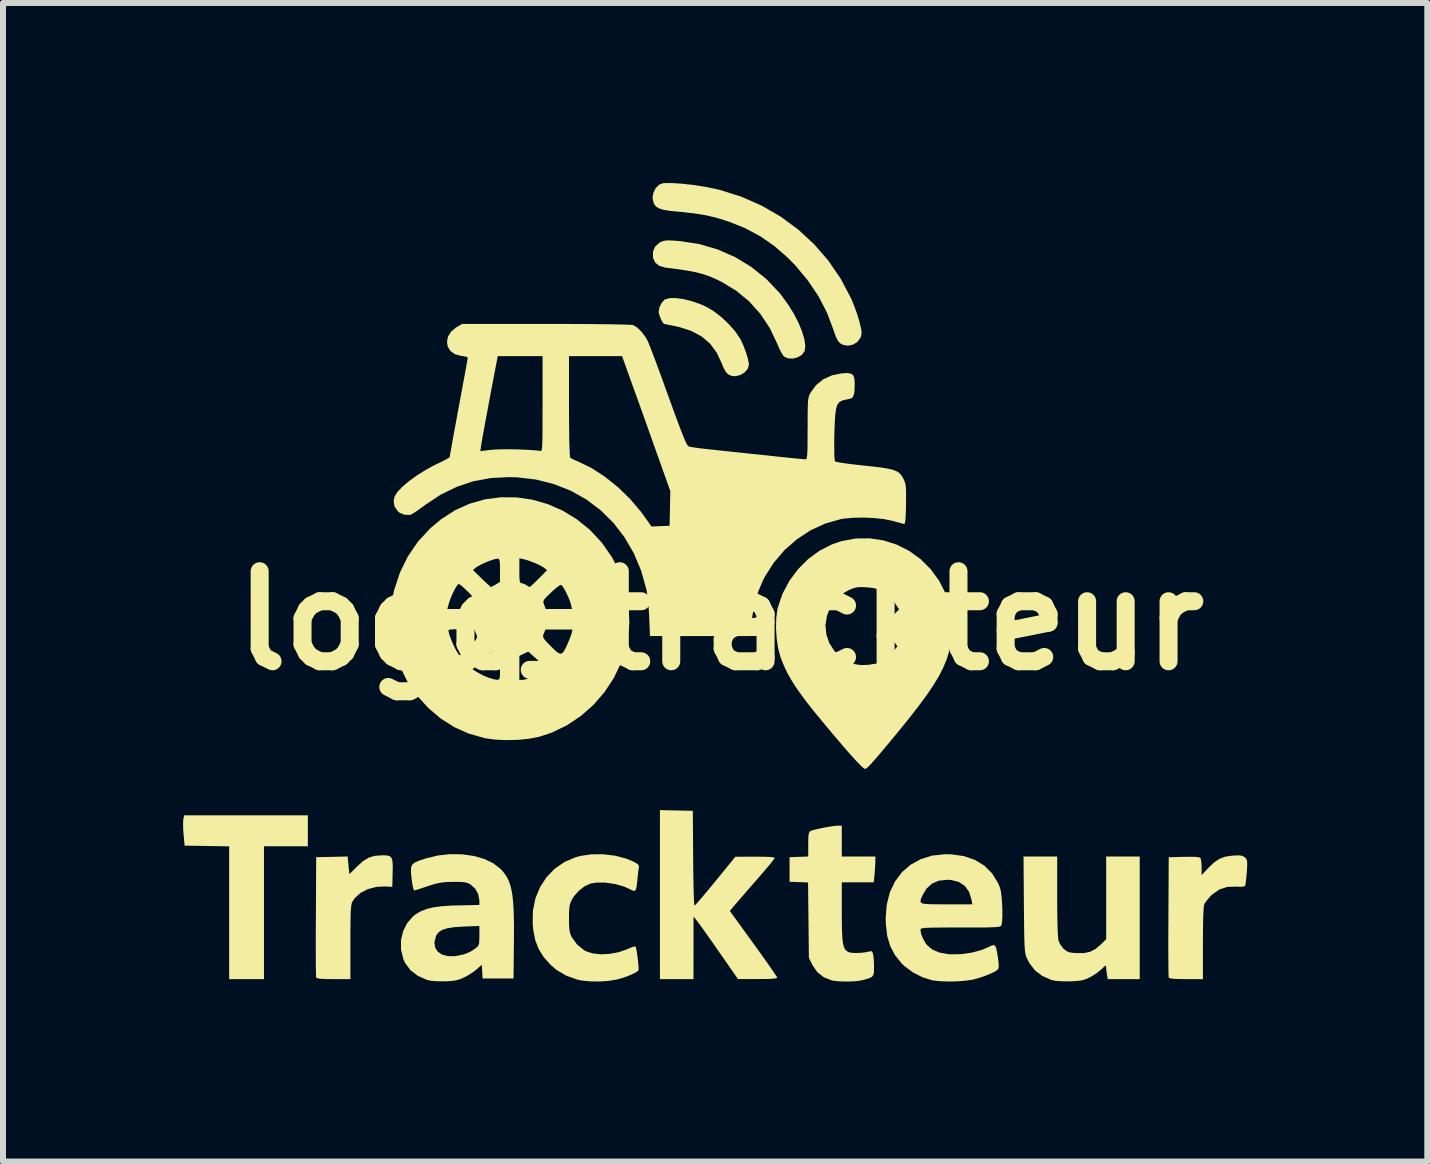
<source format=kicad_pcb>
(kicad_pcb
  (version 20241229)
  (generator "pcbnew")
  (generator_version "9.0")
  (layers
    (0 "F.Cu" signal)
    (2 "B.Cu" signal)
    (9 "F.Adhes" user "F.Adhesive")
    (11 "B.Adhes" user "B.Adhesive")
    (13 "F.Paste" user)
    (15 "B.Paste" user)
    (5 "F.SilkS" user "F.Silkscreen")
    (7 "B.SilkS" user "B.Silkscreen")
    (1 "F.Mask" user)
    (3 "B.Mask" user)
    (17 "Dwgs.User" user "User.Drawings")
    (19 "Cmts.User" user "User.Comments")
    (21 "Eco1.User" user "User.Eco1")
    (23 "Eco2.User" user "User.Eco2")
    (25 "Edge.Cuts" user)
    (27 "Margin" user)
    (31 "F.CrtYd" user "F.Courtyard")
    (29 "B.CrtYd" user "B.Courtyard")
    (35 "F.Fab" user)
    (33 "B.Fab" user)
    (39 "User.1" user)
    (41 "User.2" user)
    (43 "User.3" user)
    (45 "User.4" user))
  (footprint "logo_trackteur"
    (layer "F.Cu")
    (at 8.955 7.289)
    (property "Reference" "logo_trackteur" (at 0 0 0) (layer "F.SilkS") (effects (font (size 1.5 1.5) (thickness 0.3))))
    (attr board_only exclude_from_pos_files exclude_from_bom)
    (fp_poly (pts (xy -6.876 3.503) (xy -6.876 3.761) (xy -7.242 3.761) (xy -7.607 3.761) (xy -7.607 4.867) (xy -7.607 5.974) (xy -7.897 5.974) (xy -8.187 5.974) (xy -8.187 4.868) (xy -8.187 3.762) (xy -8.558 3.756) (xy -8.929 3.75) (xy -8.946 3.568) (xy -8.953 3.474) (xy -8.955 3.388) (xy -8.952 3.326) (xy -8.951 3.316) (xy -8.937 3.245) (xy -7.907 3.245) (xy -6.876 3.245)) (stroke (width 0) (type solid)) (fill yes) (layer "F.SilkS"))
    (fp_poly (pts (xy -0.615 -5.355) (xy -0.475 -5.32) (xy -0.33 -5.269) (xy -0.236 -5.227) (xy -0.111 -5.152) (xy 0.019 -5.052) (xy 0.142 -4.934) (xy 0.249 -4.811) (xy 0.329 -4.692) (xy 0.339 -4.674) (xy 0.386 -4.569) (xy 0.427 -4.459) (xy 0.457 -4.358) (xy 0.472 -4.279) (xy 0.473 -4.262) (xy 0.453 -4.194) (xy 0.402 -4.135) (xy 0.33 -4.091) (xy 0.248 -4.071) (xy 0.183 -4.076) (xy 0.128 -4.101) (xy 0.084 -4.148) (xy 0.044 -4.225) (xy 0.021 -4.283) (xy -0.064 -4.464) (xy -0.175 -4.614) (xy -0.316 -4.734) (xy -0.488 -4.826) (xy -0.693 -4.891) (xy -0.74 -4.902) (xy -0.826 -4.919) (xy -0.893 -4.933) (xy -0.934 -4.941) (xy -0.94 -4.942) (xy -0.96 -4.961) (xy -0.986 -5.006) (xy -1.01 -5.063) (xy -1.027 -5.116) (xy -1.031 -5.142) (xy -1.018 -5.218) (xy -0.983 -5.291) (xy -0.936 -5.343) (xy -0.925 -5.35) (xy -0.848 -5.372) (xy -0.742 -5.373)) (stroke (width 0) (type solid)) (fill yes) (layer "F.SilkS"))
    (fp_poly (pts (xy -5.564 3.913) (xy -5.514 3.925) (xy -5.483 3.953) (xy -5.467 4.003) (xy -5.461 4.083) (xy -5.463 4.199) (xy -5.463 4.201) (xy -5.469 4.437) (xy -5.592 4.43) (xy -5.739 4.438) (xy -5.877 4.475) (xy -5.998 4.537) (xy -6.092 4.622) (xy -6.136 4.687) (xy -6.146 4.713) (xy -6.153 4.754) (xy -6.159 4.813) (xy -6.163 4.897) (xy -6.165 5.009) (xy -6.167 5.155) (xy -6.167 5.338) (xy -6.167 5.36) (xy -6.167 5.974) (xy -6.447 5.974) (xy -6.573 5.973) (xy -6.66 5.968) (xy -6.713 5.961) (xy -6.736 5.95) (xy -6.738 5.947) (xy -6.74 5.921) (xy -6.741 5.856) (xy -6.743 5.757) (xy -6.743 5.628) (xy -6.744 5.473) (xy -6.744 5.298) (xy -6.743 5.106) (xy -6.742 4.932) (xy -6.737 3.943) (xy -6.475 3.937) (xy -6.213 3.931) (xy -6.199 4.078) (xy -6.184 4.225) (xy -6.052 4.094) (xy -5.953 4.005) (xy -5.86 3.949) (xy -5.76 3.92) (xy -5.641 3.911) (xy -5.637 3.911)) (stroke (width 0) (type solid)) (fill yes) (layer "F.SilkS"))
    (fp_poly (pts (xy -0.794 -6.331) (xy -0.69 -6.323) (xy -0.669 -6.321) (xy -0.351 -6.272) (xy -0.046 -6.182) (xy 0.243 -6.055) (xy 0.512 -5.892) (xy 0.758 -5.695) (xy 0.977 -5.465) (xy 1.013 -5.42) (xy 1.122 -5.271) (xy 1.218 -5.117) (xy 1.297 -4.965) (xy 1.357 -4.82) (xy 1.396 -4.689) (xy 1.412 -4.577) (xy 1.401 -4.491) (xy 1.399 -4.487) (xy 1.356 -4.427) (xy 1.285 -4.385) (xy 1.202 -4.364) (xy 1.121 -4.369) (xy 1.057 -4.4) (xy 1.029 -4.437) (xy 0.993 -4.502) (xy 0.956 -4.584) (xy 0.946 -4.609) (xy 0.821 -4.872) (xy 0.663 -5.11) (xy 0.474 -5.32) (xy 0.256 -5.499) (xy 0.012 -5.646) (xy 0.011 -5.646) (xy -0.099 -5.699) (xy -0.201 -5.741) (xy -0.306 -5.776) (xy -0.42 -5.805) (xy -0.553 -5.83) (xy -0.711 -5.854) (xy -0.903 -5.878) (xy -0.917 -5.88) (xy -1.017 -5.908) (xy -1.088 -5.963) (xy -1.125 -6.043) (xy -1.126 -6.048) (xy -1.126 -6.147) (xy -1.088 -6.233) (xy -1.016 -6.297) (xy -0.999 -6.306) (xy -0.96 -6.322) (xy -0.919 -6.331) (xy -0.867 -6.334)) (stroke (width 0) (type solid)) (fill yes) (layer "F.SilkS"))
    (fp_poly (pts (xy -0.642 -7.278) (xy -0.459 -7.258) (xy -0.271 -7.229) (xy -0.093 -7.194) (xy -0.012 -7.175) (xy 0.346 -7.062) (xy 0.685 -6.913) (xy 1.002 -6.73) (xy 1.295 -6.514) (xy 1.561 -6.268) (xy 1.798 -5.994) (xy 2.003 -5.694) (xy 2.173 -5.371) (xy 2.19 -5.333) (xy 2.234 -5.223) (xy 2.278 -5.1) (xy 2.312 -4.987) (xy 2.317 -4.967) (xy 2.339 -4.877) (xy 2.349 -4.815) (xy 2.349 -4.771) (xy 2.339 -4.733) (xy 2.333 -4.716) (xy 2.282 -4.644) (xy 2.208 -4.597) (xy 2.122 -4.579) (xy 2.037 -4.595) (xy 1.991 -4.621) (xy 1.954 -4.663) (xy 1.919 -4.733) (xy 1.883 -4.837) (xy 1.878 -4.852) (xy 1.773 -5.131) (xy 1.63 -5.406) (xy 1.451 -5.671) (xy 1.241 -5.922) (xy 1.121 -6.044) (xy 0.894 -6.242) (xy 0.658 -6.405) (xy 0.404 -6.54) (xy 0.133 -6.648) (xy -0.047 -6.705) (xy -0.226 -6.749) (xy -0.418 -6.781) (xy -0.635 -6.806) (xy -0.705 -6.812) (xy -0.845 -6.826) (xy -0.949 -6.843) (xy -1.023 -6.866) (xy -1.073 -6.897) (xy -1.106 -6.938) (xy -1.117 -6.961) (xy -1.133 -7.045) (xy -1.118 -7.13) (xy -1.08 -7.206) (xy -1.022 -7.263) (xy -0.951 -7.288) (xy -0.948 -7.288) (xy -0.809 -7.289)) (stroke (width 0) (type solid)) (fill yes) (layer "F.SilkS"))
    (fp_poly (pts (xy 8.681 3.917) (xy 8.718 3.932) (xy 8.737 3.946) (xy 8.758 3.968) (xy 8.77 3.994) (xy 8.775 4.034) (xy 8.774 4.098) (xy 8.768 4.192) (xy 8.76 4.284) (xy 8.751 4.36) (xy 8.743 4.409) (xy 8.739 4.421) (xy 8.709 4.433) (xy 8.644 4.436) (xy 8.599 4.433) (xy 8.445 4.437) (xy 8.311 4.48) (xy 8.194 4.562) (xy 8.172 4.583) (xy 8.12 4.641) (xy 8.078 4.695) (xy 8.061 4.721) (xy 8.052 4.761) (xy 8.046 4.843) (xy 8.041 4.969) (xy 8.038 5.137) (xy 8.037 5.349) (xy 8.037 5.371) (xy 8.037 5.974) (xy 7.757 5.974) (xy 7.631 5.973) (xy 7.544 5.968) (xy 7.491 5.961) (xy 7.468 5.95) (xy 7.467 5.947) (xy 7.465 5.921) (xy 7.463 5.856) (xy 7.462 5.757) (xy 7.461 5.628) (xy 7.46 5.473) (xy 7.46 5.298) (xy 7.461 5.106) (xy 7.462 4.932) (xy 7.467 3.943) (xy 7.724 3.937) (xy 7.842 3.936) (xy 7.924 3.938) (xy 7.973 3.945) (xy 7.996 3.957) (xy 7.997 3.959) (xy 8.007 3.994) (xy 8.013 4.057) (xy 8.015 4.114) (xy 8.015 4.241) (xy 8.128 4.121) (xy 8.223 4.03) (xy 8.31 3.971) (xy 8.403 3.935) (xy 8.516 3.918) (xy 8.542 3.916) (xy 8.627 3.912)) (stroke (width 0) (type solid)) (fill yes) (layer "F.SilkS"))
    (fp_poly (pts (xy 5.609 4.593) (xy 5.609 4.765) (xy 5.611 4.925) (xy 5.614 5.066) (xy 5.618 5.183) (xy 5.623 5.271) (xy 5.629 5.323) (xy 5.63 5.33) (xy 5.66 5.397) (xy 5.708 5.46) (xy 5.717 5.47) (xy 5.759 5.504) (xy 5.803 5.525) (xy 5.865 5.536) (xy 5.93 5.54) (xy 6.058 5.54) (xy 6.16 5.518) (xy 6.249 5.471) (xy 6.328 5.404) (xy 6.425 5.309) (xy 6.425 4.621) (xy 6.425 3.932) (xy 6.705 3.932) (xy 6.984 3.932) (xy 6.984 4.953) (xy 6.984 5.974) (xy 6.718 5.974) (xy 6.452 5.974) (xy 6.439 5.907) (xy 6.429 5.84) (xy 6.425 5.786) (xy 6.424 5.757) (xy 6.414 5.75) (xy 6.388 5.77) (xy 6.345 5.811) (xy 6.278 5.866) (xy 6.194 5.921) (xy 6.146 5.948) (xy 6.082 5.976) (xy 6.021 5.994) (xy 5.949 6.004) (xy 5.853 6.01) (xy 5.813 6.011) (xy 5.682 6.01) (xy 5.576 6.002) (xy 5.512 5.988) (xy 5.36 5.921) (xy 5.24 5.83) (xy 5.147 5.709) (xy 5.106 5.631) (xy 5.094 5.604) (xy 5.085 5.575) (xy 5.077 5.54) (xy 5.071 5.494) (xy 5.066 5.433) (xy 5.063 5.351) (xy 5.06 5.245) (xy 5.058 5.11) (xy 5.056 4.941) (xy 5.054 4.734) (xy 5.054 4.733) (xy 5.048 3.932) (xy 5.328 3.932) (xy 5.609 3.932)) (stroke (width 0) (type solid)) (fill yes) (layer "F.SilkS"))
    (fp_poly (pts (xy -0.736 3.164) (xy -0.462 3.17) (xy -0.456 3.959) (xy -0.455 4.139) (xy -0.452 4.304) (xy -0.449 4.45) (xy -0.446 4.572) (xy -0.442 4.666) (xy -0.438 4.727) (xy -0.434 4.749) (xy -0.433 4.749) (xy -0.416 4.733) (xy -0.375 4.688) (xy -0.315 4.619) (xy -0.24 4.53) (xy -0.153 4.425) (xy -0.085 4.342) (xy 0.247 3.935) (xy 0.575 3.934) (xy 0.712 3.935) (xy 0.814 3.938) (xy 0.879 3.945) (xy 0.902 3.954) (xy 0.903 3.954) (xy 0.889 3.976) (xy 0.851 4.026) (xy 0.793 4.097) (xy 0.719 4.184) (xy 0.633 4.284) (xy 0.607 4.314) (xy 0.512 4.422) (xy 0.422 4.526) (xy 0.342 4.618) (xy 0.279 4.691) (xy 0.237 4.74) (xy 0.233 4.745) (xy 0.154 4.838) (xy 0.55 5.384) (xy 0.647 5.519) (xy 0.736 5.643) (xy 0.813 5.752) (xy 0.875 5.842) (xy 0.919 5.908) (xy 0.943 5.945) (xy 0.946 5.952) (xy 0.924 5.961) (xy 0.863 5.968) (xy 0.764 5.972) (xy 0.63 5.973) (xy 0.618 5.973) (xy 0.29 5.973) (xy -0.028 5.516) (xy -0.116 5.389) (xy -0.2 5.27) (xy -0.274 5.166) (xy -0.334 5.081) (xy -0.378 5.022) (xy -0.398 4.996) (xy -0.45 4.932) (xy -0.45 5.453) (xy -0.451 5.974) (xy -0.731 5.974) (xy -1.01 5.974) (xy -1.01 4.566) (xy -1.01 3.158)) (stroke (width 0) (type solid)) (fill yes) (layer "F.SilkS"))
    (fp_poly (pts (xy 2.02 3.675) (xy 2.02 3.932) (xy 2.3 3.932) (xy 2.581 3.932) (xy 2.578 4.045) (xy 2.573 4.136) (xy 2.566 4.231) (xy 2.563 4.26) (xy 2.552 4.362) (xy 2.286 4.362) (xy 2.02 4.362) (xy 2.02 4.857) (xy 2.021 5.038) (xy 2.024 5.181) (xy 2.03 5.292) (xy 2.039 5.374) (xy 2.054 5.433) (xy 2.073 5.475) (xy 2.099 5.504) (xy 2.129 5.523) (xy 2.176 5.535) (xy 2.252 5.539) (xy 2.339 5.536) (xy 2.424 5.526) (xy 2.484 5.512) (xy 2.517 5.509) (xy 2.535 5.533) (xy 2.543 5.567) (xy 2.551 5.625) (xy 2.556 5.706) (xy 2.557 5.781) (xy 2.556 5.854) (xy 2.547 5.903) (xy 2.524 5.935) (xy 2.478 5.959) (xy 2.401 5.982) (xy 2.353 5.994) (xy 2.28 6.006) (xy 2.179 6.013) (xy 2.068 6.014) (xy 1.961 6.01) (xy 1.875 6) (xy 1.855 5.996) (xy 1.721 5.944) (xy 1.612 5.858) (xy 1.533 5.743) (xy 1.472 5.619) (xy 1.465 4.992) (xy 1.458 4.364) (xy 1.304 4.358) (xy 1.15 4.352) (xy 1.15 4.147) (xy 1.15 3.943) (xy 1.305 3.937) (xy 1.461 3.931) (xy 1.461 3.728) (xy 1.462 3.631) (xy 1.467 3.568) (xy 1.476 3.531) (xy 1.491 3.511) (xy 1.5 3.505) (xy 1.542 3.491) (xy 1.613 3.473) (xy 1.702 3.454) (xy 1.796 3.437) (xy 1.881 3.424) (xy 1.946 3.417) (xy 1.958 3.417) (xy 2.02 3.417)) (stroke (width 0) (type solid)) (fill yes) (layer "F.SilkS"))
    (fp_poly (pts (xy -1.756 3.918) (xy -1.572 3.966) (xy -1.466 4.01) (xy -1.402 4.043) (xy -1.369 4.069) (xy -1.359 4.097) (xy -1.362 4.123) (xy -1.37 4.173) (xy -1.379 4.249) (xy -1.387 4.335) (xy -1.387 4.335) (xy -1.398 4.427) (xy -1.411 4.482) (xy -1.43 4.504) (xy -1.459 4.501) (xy -1.476 4.492) (xy -1.61 4.431) (xy -1.761 4.389) (xy -1.918 4.366) (xy -2.066 4.366) (xy -2.166 4.382) (xy -2.263 4.426) (xy -2.359 4.5) (xy -2.442 4.593) (xy -2.478 4.651) (xy -2.5 4.699) (xy -2.514 4.75) (xy -2.522 4.817) (xy -2.525 4.91) (xy -2.525 4.964) (xy -2.524 5.073) (xy -2.518 5.15) (xy -2.507 5.207) (xy -2.489 5.254) (xy -2.479 5.276) (xy -2.391 5.397) (xy -2.276 5.49) (xy -2.241 5.51) (xy -2.129 5.546) (xy -1.993 5.561) (xy -1.843 5.553) (xy -1.692 5.524) (xy -1.552 5.475) (xy -1.537 5.468) (xy -1.476 5.442) (xy -1.431 5.43) (xy -1.416 5.432) (xy -1.407 5.46) (xy -1.395 5.519) (xy -1.384 5.595) (xy -1.375 5.676) (xy -1.368 5.751) (xy -1.365 5.806) (xy -1.368 5.829) (xy -1.401 5.856) (xy -1.465 5.889) (xy -1.549 5.925) (xy -1.642 5.957) (xy -1.733 5.982) (xy -1.734 5.982) (xy -1.872 6.004) (xy -2.026 6.014) (xy -2.18 6.011) (xy -2.319 5.997) (xy -2.385 5.983) (xy -2.574 5.915) (xy -2.735 5.82) (xy -2.836 5.732) (xy -2.949 5.604) (xy -3.031 5.472) (xy -3.087 5.326) (xy -3.12 5.156) (xy -3.13 5.05) (xy -3.126 4.834) (xy -3.085 4.631) (xy -3.008 4.444) (xy -2.901 4.278) (xy -2.764 4.136) (xy -2.601 4.023) (xy -2.415 3.943) (xy -2.34 3.923) (xy -2.154 3.895) (xy -1.954 3.894)) (stroke (width 0) (type solid)) (fill yes) (layer "F.SilkS"))
    (fp_poly (pts (xy 2.717 -1.335) (xy 2.937 -1.264) (xy 3.144 -1.16) (xy 3.332 -1.024) (xy 3.499 -0.858) (xy 3.64 -0.666) (xy 3.751 -0.449) (xy 3.817 -0.258) (xy 3.843 -0.115) (xy 3.853 0.063) (xy 3.853 0.107) (xy 3.848 0.25) (xy 3.833 0.386) (xy 3.807 0.518) (xy 3.766 0.65) (xy 3.71 0.785) (xy 3.637 0.929) (xy 3.543 1.083) (xy 3.429 1.251) (xy 3.29 1.438) (xy 3.127 1.647) (xy 2.936 1.882) (xy 2.858 1.976) (xy 2.739 2.118) (xy 2.645 2.231) (xy 2.571 2.317) (xy 2.515 2.38) (xy 2.474 2.424) (xy 2.444 2.451) (xy 2.423 2.466) (xy 2.407 2.471) (xy 2.403 2.471) (xy 2.378 2.455) (xy 2.331 2.411) (xy 2.264 2.342) (xy 2.183 2.254) (xy 2.092 2.151) (xy 2.058 2.111) (xy 1.866 1.886) (xy 1.701 1.688) (xy 1.559 1.516) (xy 1.439 1.364) (xy 1.339 1.229) (xy 1.254 1.109) (xy 1.184 0.999) (xy 1.125 0.896) (xy 1.075 0.795) (xy 1.032 0.695) (xy 0.996 0.599) (xy 0.959 0.461) (xy 0.935 0.298) (xy 0.924 0.125) (xy 0.925 0.081) (xy 1.748 0.081) (xy 1.763 0.233) (xy 1.813 0.377) (xy 1.896 0.506) (xy 2.007 0.613) (xy 2.144 0.693) (xy 2.251 0.73) (xy 2.349 0.742) (xy 2.468 0.737) (xy 2.592 0.717) (xy 2.63 0.708) (xy 2.704 0.672) (xy 2.792 0.604) (xy 2.836 0.562) (xy 2.946 0.43) (xy 3.018 0.286) (xy 3.05 0.137) (xy 3.051 0.097) (xy 3.031 -0.044) (xy 2.975 -0.185) (xy 2.888 -0.316) (xy 2.776 -0.428) (xy 2.69 -0.489) (xy 2.621 -0.522) (xy 2.545 -0.542) (xy 2.444 -0.553) (xy 2.428 -0.554) (xy 2.335 -0.558) (xy 2.267 -0.553) (xy 2.206 -0.536) (xy 2.135 -0.506) (xy 2.003 -0.432) (xy 1.902 -0.34) (xy 1.828 -0.224) (xy 1.772 -0.075) (xy 1.772 -0.075) (xy 1.748 0.081) (xy 0.925 0.081) (xy 0.928 -0.043) (xy 0.948 -0.189) (xy 0.954 -0.216) (xy 1.032 -0.446) (xy 1.146 -0.66) (xy 1.29 -0.855) (xy 1.46 -1.025) (xy 1.653 -1.166) (xy 1.862 -1.272) (xy 2.01 -1.322) (xy 2.249 -1.367) (xy 2.486 -1.37)) (stroke (width 0) (type solid)) (fill yes) (layer "F.SilkS"))
    (fp_poly (pts (xy -4.305 3.895) (xy -4.112 3.922) (xy -3.937 3.972) (xy -3.785 4.045) (xy -3.664 4.139) (xy -3.608 4.203) (xy -3.561 4.271) (xy -3.523 4.349) (xy -3.494 4.44) (xy -3.472 4.549) (xy -3.456 4.68) (xy -3.447 4.839) (xy -3.442 5.03) (xy -3.442 5.257) (xy -3.443 5.372) (xy -3.449 5.963) (xy -3.707 5.963) (xy -3.965 5.963) (xy -3.971 5.849) (xy -3.978 5.735) (xy -4.059 5.808) (xy -4.124 5.858) (xy -4.208 5.911) (xy -4.267 5.943) (xy -4.336 5.974) (xy -4.4 5.993) (xy -4.473 6.004) (xy -4.572 6.01) (xy -4.598 6.011) (xy -4.723 6.01) (xy -4.826 6.001) (xy -4.889 5.988) (xy -5.046 5.918) (xy -5.169 5.823) (xy -5.257 5.702) (xy -5.286 5.636) (xy -5.324 5.481) (xy -5.324 5.359) (xy -4.767 5.359) (xy -4.756 5.447) (xy -4.712 5.516) (xy -4.64 5.565) (xy -4.543 5.591) (xy -4.425 5.592) (xy -4.29 5.565) (xy -4.246 5.551) (xy -4.169 5.517) (xy -4.096 5.472) (xy -4.09 5.467) (xy -4.054 5.438) (xy -4.032 5.409) (xy -4.022 5.37) (xy -4.019 5.308) (xy -4.018 5.25) (xy -4.018 5.088) (xy -4.271 5.098) (xy -4.429 5.108) (xy -4.549 5.126) (xy -4.637 5.154) (xy -4.697 5.193) (xy -4.736 5.245) (xy -4.741 5.257) (xy -4.767 5.359) (xy -5.324 5.359) (xy -5.324 5.325) (xy -5.289 5.176) (xy -5.222 5.042) (xy -5.124 4.929) (xy -5.075 4.891) (xy -4.991 4.842) (xy -4.895 4.805) (xy -4.78 4.777) (xy -4.639 4.759) (xy -4.465 4.748) (xy -4.364 4.746) (xy -4.018 4.738) (xy -4.018 4.663) (xy -4.038 4.558) (xy -4.09 4.464) (xy -4.168 4.396) (xy -4.169 4.395) (xy -4.212 4.374) (xy -4.261 4.361) (xy -4.328 4.355) (xy -4.423 4.353) (xy -4.459 4.354) (xy -4.575 4.357) (xy -4.669 4.368) (xy -4.76 4.388) (xy -4.869 4.422) (xy -4.878 4.425) (xy -4.966 4.455) (xy -5.04 4.479) (xy -5.089 4.494) (xy -5.103 4.498) (xy -5.114 4.48) (xy -5.128 4.428) (xy -5.141 4.352) (xy -5.148 4.299) (xy -5.158 4.195) (xy -5.157 4.121) (xy -5.14 4.07) (xy -5.098 4.033) (xy -5.028 4.002) (xy -4.923 3.967) (xy -4.917 3.965) (xy -4.714 3.915) (xy -4.508 3.892)) (stroke (width 0) (type solid)) (fill yes) (layer "F.SilkS"))
    (fp_poly (pts (xy 3.847 3.895) (xy 4.056 3.925) (xy 4.239 3.988) (xy 4.395 4.084) (xy 4.523 4.211) (xy 4.622 4.37) (xy 4.655 4.448) (xy 4.67 4.508) (xy 4.682 4.596) (xy 4.69 4.702) (xy 4.695 4.813) (xy 4.696 4.918) (xy 4.692 5.007) (xy 4.683 5.067) (xy 4.68 5.077) (xy 4.673 5.087) (xy 4.658 5.096) (xy 4.632 5.102) (xy 4.589 5.107) (xy 4.524 5.11) (xy 4.435 5.113) (xy 4.315 5.114) (xy 4.161 5.114) (xy 3.998 5.114) (xy 3.811 5.114) (xy 3.663 5.115) (xy 3.549 5.116) (xy 3.464 5.118) (xy 3.405 5.121) (xy 3.367 5.126) (xy 3.344 5.132) (xy 3.334 5.141) (xy 3.331 5.152) (xy 3.331 5.158) (xy 3.343 5.225) (xy 3.376 5.305) (xy 3.419 5.38) (xy 3.445 5.412) (xy 3.535 5.485) (xy 3.65 5.533) (xy 3.796 5.558) (xy 3.839 5.561) (xy 4.015 5.558) (xy 4.195 5.531) (xy 4.362 5.484) (xy 4.457 5.443) (xy 4.513 5.416) (xy 4.551 5.407) (xy 4.576 5.421) (xy 4.594 5.463) (xy 4.609 5.539) (xy 4.621 5.612) (xy 4.633 5.707) (xy 4.635 5.768) (xy 4.627 5.803) (xy 4.622 5.81) (xy 4.58 5.843) (xy 4.506 5.88) (xy 4.411 5.919) (xy 4.307 5.954) (xy 4.205 5.982) (xy 4.193 5.984) (xy 4.08 6.001) (xy 3.943 6.011) (xy 3.799 6.014) (xy 3.661 6.009) (xy 3.547 5.997) (xy 3.528 5.994) (xy 3.364 5.943) (xy 3.203 5.861) (xy 3.061 5.755) (xy 3.019 5.714) (xy 2.907 5.576) (xy 2.828 5.426) (xy 2.777 5.257) (xy 2.754 5.062) (xy 2.751 4.96) (xy 2.769 4.732) (xy 2.78 4.688) (xy 3.332 4.688) (xy 3.35 4.707) (xy 3.391 4.719) (xy 3.46 4.725) (xy 3.562 4.727) (xy 3.7 4.728) (xy 3.763 4.728) (xy 4.195 4.728) (xy 4.18 4.647) (xy 4.139 4.518) (xy 4.07 4.421) (xy 3.972 4.356) (xy 3.845 4.323) (xy 3.772 4.319) (xy 3.632 4.335) (xy 3.519 4.385) (xy 3.43 4.468) (xy 3.372 4.566) (xy 3.347 4.619) (xy 3.332 4.659) (xy 3.332 4.688) (xy 2.78 4.688) (xy 2.821 4.527) (xy 2.907 4.347) (xy 3.022 4.193) (xy 3.165 4.069) (xy 3.334 3.976) (xy 3.526 3.916) (xy 3.739 3.893)) (stroke (width 0) (type solid)) (fill yes) (layer "F.SilkS"))
    (fp_poly (pts (xy -3.398 -2.052) (xy -3.136 -2.014) (xy -2.879 -1.94) (xy -2.631 -1.832) (xy -2.397 -1.689) (xy -2.179 -1.513) (xy -1.983 -1.304) (xy -1.969 -1.286) (xy -1.803 -1.046) (xy -1.674 -0.789) (xy -1.583 -0.519) (xy -1.531 -0.24) (xy -1.519 0.042) (xy -1.548 0.324) (xy -1.57 0.43) (xy -1.655 0.7) (xy -1.777 0.955) (xy -1.932 1.191) (xy -2.118 1.405) (xy -2.329 1.591) (xy -2.562 1.747) (xy -2.814 1.868) (xy -3.02 1.936) (xy -3.182 1.968) (xy -3.368 1.987) (xy -3.562 1.992) (xy -3.75 1.984) (xy -3.915 1.962) (xy -3.932 1.958) (xy -4.196 1.883) (xy -4.436 1.776) (xy -4.659 1.635) (xy -4.867 1.459) (xy -5.062 1.244) (xy -5.225 1.002) (xy -5.232 0.988) (xy -3.352 0.988) (xy -3.291 0.988) (xy -3.243 0.979) (xy -3.171 0.953) (xy -3.089 0.917) (xy -3.071 0.908) (xy -2.998 0.868) (xy -2.942 0.834) (xy -2.912 0.81) (xy -2.909 0.806) (xy -2.922 0.783) (xy -2.961 0.74) (xy -3.019 0.683) (xy -3.054 0.651) (xy -3.204 0.517) (xy -3.278 0.553) (xy -3.352 0.588) (xy -3.352 0.788) (xy -3.352 0.988) (xy -5.232 0.988) (xy -5.317 0.812) (xy -4.132 0.812) (xy -4.048 0.865) (xy -3.963 0.911) (xy -3.868 0.951) (xy -3.779 0.978) (xy -3.723 0.987) (xy -3.7 0.985) (xy -3.686 0.974) (xy -3.678 0.945) (xy -3.675 0.89) (xy -3.675 0.8) (xy -3.675 0.79) (xy -3.675 0.591) (xy -3.755 0.557) (xy -3.836 0.524) (xy -3.984 0.668) (xy -4.132 0.812) (xy -5.317 0.812) (xy -5.354 0.736) (xy -5.448 0.45) (xy -5.452 0.435) (xy -5.476 0.297) (xy -5.486 0.161) (xy -4.534 0.161) (xy -4.525 0.212) (xy -4.502 0.283) (xy -4.47 0.363) (xy -4.433 0.444) (xy -4.396 0.513) (xy -4.364 0.562) (xy -4.341 0.58) (xy -4.321 0.566) (xy -4.28 0.527) (xy -4.222 0.472) (xy -4.186 0.435) (xy -4.12 0.367) (xy -4.079 0.322) (xy -4.06 0.29) (xy -4.058 0.274) (xy -2.957 0.274) (xy -2.942 0.304) (xy -2.908 0.345) (xy -2.849 0.406) (xy -2.825 0.431) (xy -2.749 0.505) (xy -2.695 0.546) (xy -2.654 0.553) (xy -2.619 0.526) (xy -2.583 0.462) (xy -2.55 0.391) (xy -2.518 0.315) (xy -2.492 0.246) (xy -2.481 0.21) (xy -2.467 0.15) (xy -2.692 0.15) (xy -2.917 0.15) (xy -2.945 0.216) (xy -2.956 0.248) (xy -2.957 0.274) (xy -4.058 0.274) (xy -4.057 0.263) (xy -4.067 0.234) (xy -4.072 0.222) (xy -4.101 0.153) (xy -4.318 0.147) (xy -4.422 0.145) (xy -4.495 0.149) (xy -4.531 0.157) (xy -4.534 0.161) (xy -5.486 0.161) (xy -5.488 0.131) (xy -5.49 -0.048) (xy -5.483 -0.193) (xy -4.553 -0.193) (xy -4.321 -0.193) (xy -4.088 -0.193) (xy -4.074 -0.262) (xy -4.07 -0.297) (xy -4.072 -0.303) (xy -2.952 -0.303) (xy -2.942 -0.271) (xy -2.939 -0.263) (xy -2.913 -0.193) (xy -2.694 -0.193) (xy -2.476 -0.193) (xy -2.493 -0.27) (xy -2.512 -0.332) (xy -2.543 -0.406) (xy -2.579 -0.481) (xy -2.615 -0.545) (xy -2.645 -0.586) (xy -2.656 -0.595) (xy -2.681 -0.585) (xy -2.729 -0.551) (xy -2.79 -0.499) (xy -2.823 -0.468) (xy -2.89 -0.404) (xy -2.93 -0.361) (xy -2.949 -0.33) (xy -2.952 -0.303) (xy -4.072 -0.303) (xy -4.078 -0.329) (xy -4.101 -0.365) (xy -4.146 -0.416) (xy -4.204 -0.476) (xy -4.268 -0.538) (xy -4.321 -0.584) (xy -4.357 -0.608) (xy -4.366 -0.61) (xy -4.394 -0.578) (xy -4.43 -0.518) (xy -4.468 -0.441) (xy -4.502 -0.36) (xy -4.52 -0.306) (xy -4.553 -0.193) (xy -5.483 -0.193) (xy -5.482 -0.227) (xy -5.462 -0.392) (xy -5.439 -0.505) (xy -5.342 -0.798) (xy -5.321 -0.842) (xy -4.125 -0.842) (xy -3.981 -0.701) (xy -3.917 -0.64) (xy -3.865 -0.592) (xy -3.832 -0.564) (xy -3.825 -0.559) (xy -3.801 -0.569) (xy -3.757 -0.594) (xy -3.744 -0.601) (xy -3.675 -0.644) (xy -3.675 -0.838) (xy -3.675 -0.93) (xy -3.679 -0.987) (xy -3.687 -1.018) (xy -3.701 -1.03) (xy -3.717 -1.031) (xy -3.767 -1.022) (xy -3.84 -0.998) (xy -3.922 -0.965) (xy -4.001 -0.928) (xy -4.061 -0.894) (xy -4.077 -0.882) (xy -4.125 -0.842) (xy -5.321 -0.842) (xy -5.225 -1.037) (xy -3.352 -1.037) (xy -3.352 -0.83) (xy -3.351 -0.734) (xy -3.348 -0.673) (xy -3.341 -0.639) (xy -3.328 -0.625) (xy -3.315 -0.622) (xy -3.268 -0.609) (xy -3.235 -0.59) (xy -3.199 -0.566) (xy -3.181 -0.559) (xy -3.161 -0.573) (xy -3.119 -0.611) (xy -3.062 -0.667) (xy -3.029 -0.699) (xy -2.89 -0.84) (xy -2.944 -0.882) (xy -3.001 -0.916) (xy -3.084 -0.955) (xy -3.176 -0.991) (xy -3.262 -1.018) (xy -3.293 -1.025) (xy -3.352 -1.037) (xy -5.225 -1.037) (xy -5.21 -1.068) (xy -5.042 -1.314) (xy -4.839 -1.534) (xy -4.652 -1.691) (xy -4.422 -1.839) (xy -4.178 -1.948) (xy -3.923 -2.02) (xy -3.662 -2.054)) (stroke (width 0) (type solid)) (fill yes) (layer "F.SilkS"))
    (fp_poly (pts (xy -2.653 -4.942) (xy -2.415 -4.941) (xy -2.195 -4.94) (xy -1.998 -4.938) (xy -1.825 -4.936) (xy -1.682 -4.933) (xy -1.57 -4.93) (xy -1.494 -4.927) (xy -1.457 -4.923) (xy -1.455 -4.923) (xy -1.385 -4.879) (xy -1.311 -4.806) (xy -1.245 -4.716) (xy -1.211 -4.652) (xy -1.189 -4.599) (xy -1.155 -4.513) (xy -1.113 -4.403) (xy -1.066 -4.277) (xy -1.017 -4.144) (xy -1.01 -4.126) (xy -0.919 -3.874) (xy -0.841 -3.66) (xy -0.776 -3.481) (xy -0.721 -3.332) (xy -0.676 -3.212) (xy -0.639 -3.117) (xy -0.61 -3.044) (xy -0.587 -2.99) (xy -0.569 -2.952) (xy -0.555 -2.927) (xy -0.543 -2.912) (xy -0.533 -2.904) (xy -0.526 -2.901) (xy -0.507 -2.895) (xy -0.476 -2.889) (xy -0.429 -2.882) (xy -0.362 -2.873) (xy -0.272 -2.862) (xy -0.154 -2.849) (xy -0.005 -2.833) (xy 0.18 -2.813) (xy 0.365 -2.794) (xy 0.521 -2.777) (xy 0.691 -2.76) (xy 0.857 -2.742) (xy 1.006 -2.726) (xy 1.074 -2.719) (xy 1.188 -2.707) (xy 1.287 -2.698) (xy 1.364 -2.69) (xy 1.41 -2.687) (xy 1.418 -2.686) (xy 1.429 -2.691) (xy 1.436 -2.709) (xy 1.442 -2.745) (xy 1.446 -2.804) (xy 1.449 -2.891) (xy 1.45 -3.01) (xy 1.45 -3.166) (xy 1.451 -3.197) (xy 1.451 -3.359) (xy 1.452 -3.484) (xy 1.454 -3.578) (xy 1.457 -3.647) (xy 1.463 -3.698) (xy 1.472 -3.735) (xy 1.483 -3.766) (xy 1.497 -3.793) (xy 1.59 -3.921) (xy 1.712 -4.02) (xy 1.861 -4.087) (xy 2.014 -4.118) (xy 2.114 -4.124) (xy 2.178 -4.112) (xy 2.216 -4.079) (xy 2.232 -4.019) (xy 2.235 -3.956) (xy 2.233 -3.847) (xy 2.225 -3.774) (xy 2.207 -3.728) (xy 2.177 -3.702) (xy 2.13 -3.689) (xy 2.115 -3.686) (xy 2.034 -3.669) (xy 1.979 -3.639) (xy 1.943 -3.59) (xy 1.922 -3.514) (xy 1.909 -3.403) (xy 1.909 -3.403) (xy 1.903 -3.294) (xy 1.898 -3.173) (xy 1.895 -3.048) (xy 1.894 -2.927) (xy 1.895 -2.82) (xy 1.897 -2.732) (xy 1.902 -2.673) (xy 1.907 -2.652) (xy 1.933 -2.644) (xy 1.994 -2.632) (xy 2.085 -2.618) (xy 2.2 -2.603) (xy 2.332 -2.588) (xy 2.379 -2.583) (xy 2.556 -2.564) (xy 2.696 -2.547) (xy 2.803 -2.528) (xy 2.884 -2.507) (xy 2.944 -2.482) (xy 2.987 -2.45) (xy 3.02 -2.41) (xy 3.048 -2.361) (xy 3.05 -2.357) (xy 3.067 -2.316) (xy 3.08 -2.276) (xy 3.087 -2.226) (xy 3.091 -2.159) (xy 3.091 -2.066) (xy 3.09 -1.938) (xy 3.09 -1.931) (xy 3.087 -1.804) (xy 3.083 -1.714) (xy 3.078 -1.656) (xy 3.071 -1.623) (xy 3.061 -1.61) (xy 3.051 -1.61) (xy 3.016 -1.62) (xy 2.952 -1.637) (xy 2.873 -1.659) (xy 2.869 -1.66) (xy 2.725 -1.69) (xy 2.555 -1.708) (xy 2.375 -1.716) (xy 2.198 -1.712) (xy 2.04 -1.696) (xy 1.997 -1.688) (xy 1.742 -1.615) (xy 1.499 -1.503) (xy 1.273 -1.355) (xy 1.068 -1.176) (xy 0.889 -0.967) (xy 0.74 -0.734) (xy 0.704 -0.664) (xy 0.62 -0.464) (xy 0.559 -0.246) (xy 0.518 -0.001) (xy 0.513 0.035) (xy 0.488 0.258) (xy -0.344 0.258) (xy -1.176 0.258) (xy -1.188 -0.048) (xy -1.195 -0.176) (xy -1.206 -0.303) (xy -1.219 -0.417) (xy -1.232 -0.504) (xy -1.234 -0.512) (xy -1.322 -0.828) (xy -1.445 -1.121) (xy -1.6 -1.387) (xy -1.784 -1.627) (xy -1.997 -1.837) (xy -2.234 -2.016) (xy -2.495 -2.163) (xy -2.777 -2.274) (xy -3.077 -2.35) (xy -3.394 -2.387) (xy -3.523 -2.39) (xy -3.829 -2.374) (xy -4.117 -2.321) (xy -4.393 -2.229) (xy -4.66 -2.099) (xy -4.922 -1.926) (xy -4.96 -1.898) (xy -5.038 -1.841) (xy -5.106 -1.795) (xy -5.156 -1.767) (xy -5.175 -1.76) (xy -5.271 -1.764) (xy -5.344 -1.794) (xy -5.375 -1.819) (xy -5.431 -1.899) (xy -5.447 -1.99) (xy -5.429 -2.07) (xy -5.382 -2.144) (xy -5.301 -2.229) (xy -5.193 -2.321) (xy -5.064 -2.415) (xy -4.919 -2.505) (xy -4.767 -2.589) (xy -4.697 -2.622) (xy -4.617 -2.661) (xy -4.555 -2.694) (xy -4.518 -2.717) (xy -4.513 -2.724) (xy -4.509 -2.75) (xy -4.498 -2.814) (xy -4.496 -2.822) (xy -4.002 -2.822) (xy -3.844 -2.842) (xy -3.763 -2.849) (xy -3.652 -2.853) (xy -3.525 -2.854) (xy -3.395 -2.852) (xy -3.363 -2.851) (xy -3.247 -2.846) (xy -3.144 -2.84) (xy -3.064 -2.834) (xy -3.013 -2.828) (xy -3.003 -2.825) (xy -2.993 -2.824) (xy -2.985 -2.829) (xy -2.979 -2.847) (xy -2.974 -2.88) (xy -2.971 -2.932) (xy -2.968 -3.008) (xy -2.967 -3.112) (xy -2.966 -3.246) (xy -2.966 -3.417) (xy -2.965 -3.608) (xy -2.965 -4.405) (xy -2.525 -4.405) (xy -2.525 -3.568) (xy -2.524 -3.346) (xy -2.522 -3.153) (xy -2.52 -2.991) (xy -2.516 -2.864) (xy -2.512 -2.774) (xy -2.507 -2.723) (xy -2.503 -2.712) (xy -2.472 -2.694) (xy -2.416 -2.668) (xy -2.371 -2.649) (xy -2.149 -2.541) (xy -1.926 -2.396) (xy -1.709 -2.222) (xy -1.506 -2.025) (xy -1.323 -1.809) (xy -1.261 -1.724) (xy -1.151 -1.567) (xy -1 -1.573) (xy -0.849 -1.579) (xy -0.843 -1.868) (xy -0.837 -2.157) (xy -1.098 -2.889) (xy -1.165 -3.079) (xy -1.235 -3.275) (xy -1.304 -3.469) (xy -1.37 -3.652) (xy -1.429 -3.816) (xy -1.478 -3.952) (xy -1.5 -4.013) (xy -1.641 -4.405) (xy -2.083 -4.405) (xy -2.525 -4.405) (xy -2.965 -4.405) (xy -3.339 -4.405) (xy -3.712 -4.405) (xy -3.748 -4.217) (xy -3.799 -3.95) (xy -3.845 -3.707) (xy -3.885 -3.491) (xy -3.92 -3.305) (xy -3.948 -3.15) (xy -3.97 -3.031) (xy -3.984 -2.948) (xy -3.99 -2.91) (xy -4.002 -2.822) (xy -4.496 -2.822) (xy -4.48 -2.912) (xy -4.457 -3.042) (xy -4.428 -3.198) (xy -4.395 -3.377) (xy -4.359 -3.575) (xy -4.319 -3.789) (xy -4.277 -4.014) (xy -4.267 -4.068) (xy -4.247 -4.177) (xy -4.23 -4.27) (xy -4.218 -4.34) (xy -4.212 -4.378) (xy -4.212 -4.382) (xy -4.231 -4.394) (xy -4.281 -4.405) (xy -4.323 -4.41) (xy -4.425 -4.437) (xy -4.499 -4.49) (xy -4.544 -4.561) (xy -4.558 -4.643) (xy -4.541 -4.73) (xy -4.491 -4.812) (xy -4.407 -4.883) (xy -4.398 -4.888) (xy -4.305 -4.942) (xy -2.906 -4.942)) (stroke (width 0) (type solid)) (fill yes) (layer "F.SilkS")))
  (gr_rect
    (start -3 -3)
    (end 20.73 16.302)
    (stroke (width 0.1) (type default))
    (fill no)
    (layer "Edge.Cuts")))
</source>
